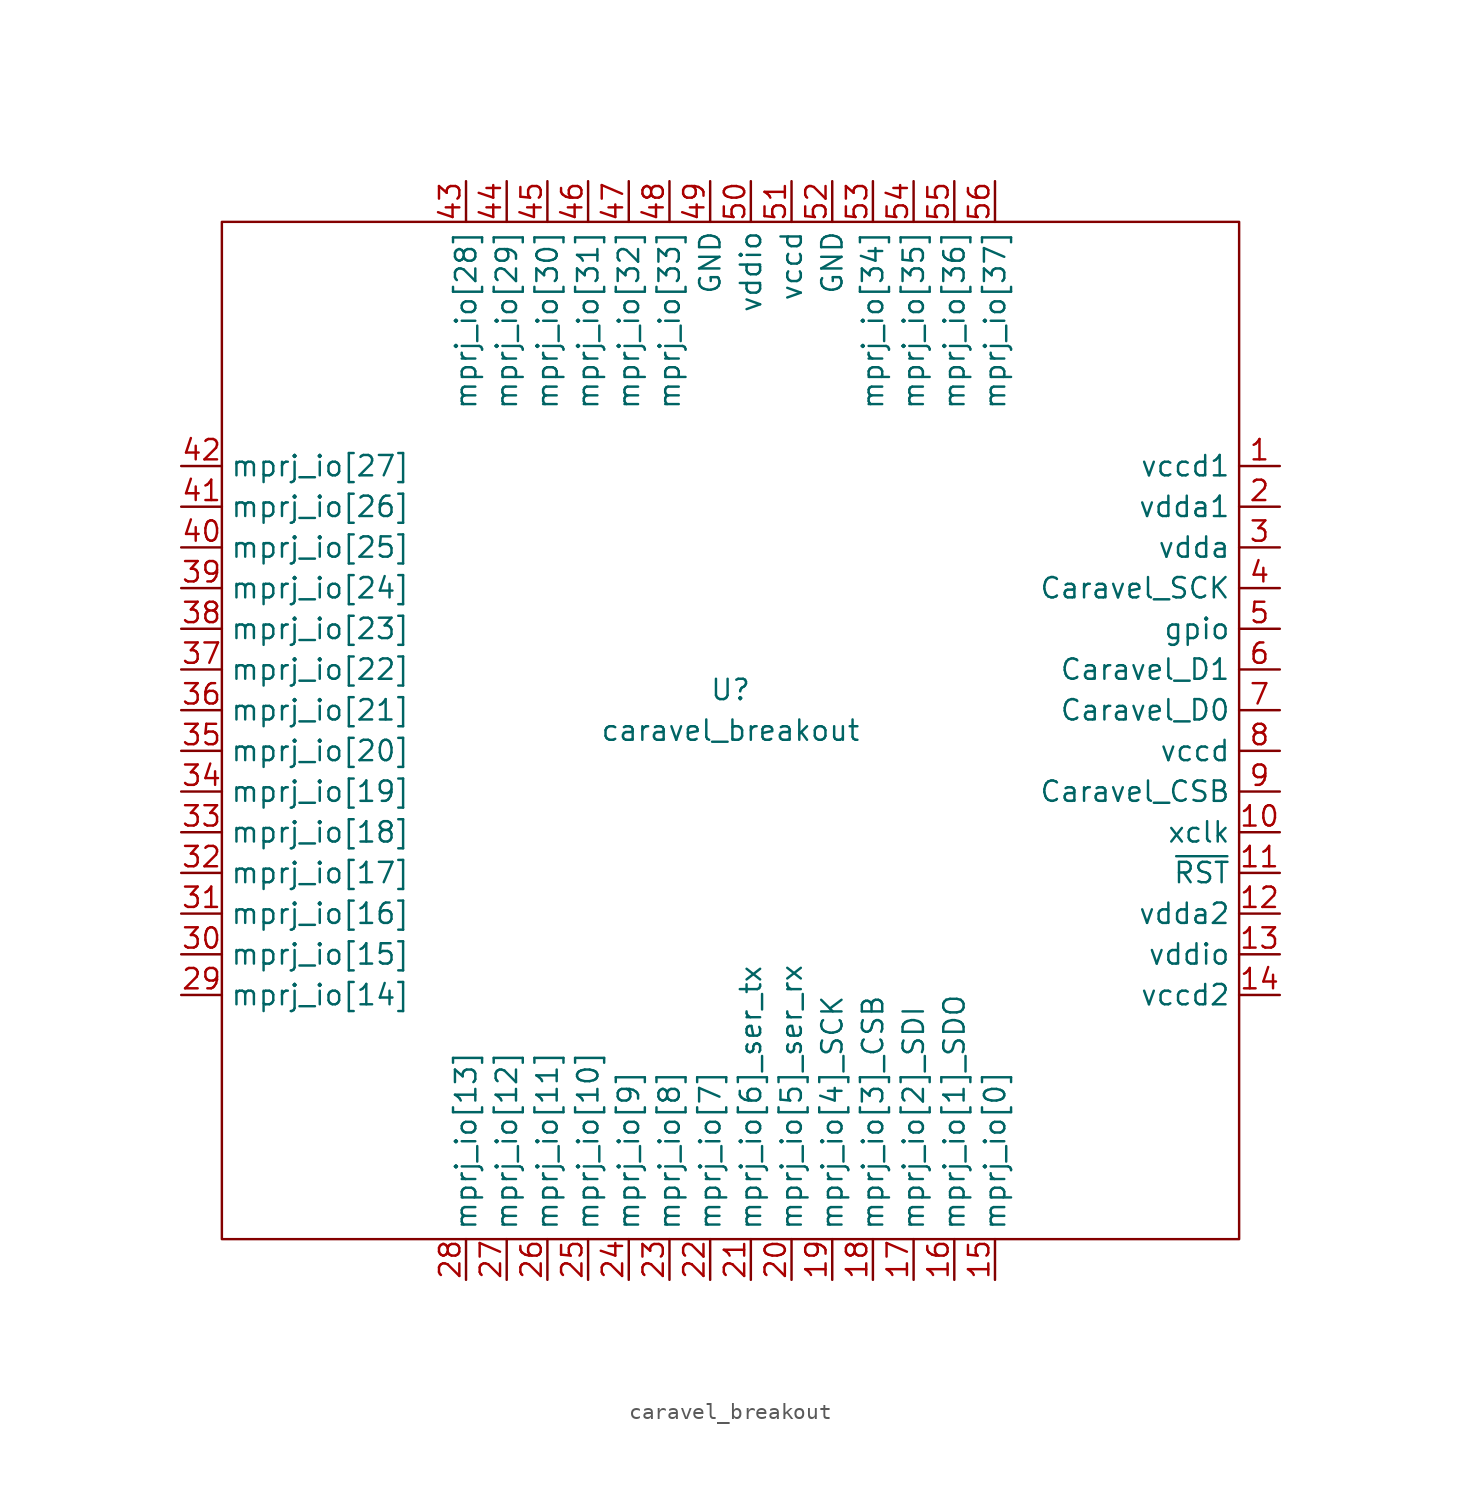
<source format=kicad_sym>
(kicad_symbol_lib
  (version 20211014)
  (generator kicad_symbol_editor)
  (symbol "caravel_breakout"
    (property "Reference" "U"
      (at 0 2.54 0)
      (effects (font (size 1.27 1.27))))
    (property "Value" "caravel_breakout"
      (at 0 0 0)
      (effects (font (size 1.27 1.27))))
    (symbol "caravel_breakout_0_1"
      (rectangle (start -31.75 31.75) (end 31.75 -31.75) (stroke (width 0) (type default) (color 0 0 0 0)) (fill (type none))))
    (symbol "caravel_breakout_1_1"
      (pin power_in line (at 34.29 16.51 180) (length 2.54) (name "vccd1" (effects (font (size 1.27 1.27)))) (number "1" (effects (font (size 1.27 1.27)))))
      (pin input line (at 34.29 -6.35 180) (length 2.54) (name "xclk" (effects (font (size 1.27 1.27)))) (number "10" (effects (font (size 1.27 1.27)))))
      (pin input line (at 34.29 -8.89 180) (length 2.54) (name "~{RST}" (effects (font (size 1.27 1.27)))) (number "11" (effects (font (size 1.27 1.27)))))
      (pin power_in line (at 34.29 -11.43 180) (length 2.54) (name "vdda2" (effects (font (size 1.27 1.27)))) (number "12" (effects (font (size 1.27 1.27)))))
      (pin power_in line (at 34.29 -13.97 180) (length 2.54) (name "vddio" (effects (font (size 1.27 1.27)))) (number "13" (effects (font (size 1.27 1.27)))))
      (pin power_in line (at 34.29 -16.51 180) (length 2.54) (name "vccd2" (effects (font (size 1.27 1.27)))) (number "14" (effects (font (size 1.27 1.27)))))
      (pin bidirectional line (at 16.51 -34.29 90) (length 2.54) (name "mprj_io[0]" (effects (font (size 1.27 1.27)))) (number "15" (effects (font (size 1.27 1.27)))))
      (pin bidirectional line (at 13.97 -34.29 90) (length 2.54) (name "mprj_io[1]_SDO" (effects (font (size 1.27 1.27)))) (number "16" (effects (font (size 1.27 1.27)))))
      (pin bidirectional line (at 11.43 -34.29 90) (length 2.54) (name "mprj_io[2]_SDI" (effects (font (size 1.27 1.27)))) (number "17" (effects (font (size 1.27 1.27)))))
      (pin bidirectional line (at 8.89 -34.29 90) (length 2.54) (name "mprj_io[3]_CSB" (effects (font (size 1.27 1.27)))) (number "18" (effects (font (size 1.27 1.27)))))
      (pin bidirectional line (at 6.35 -34.29 90) (length 2.54) (name "mprj_io[4]_SCK" (effects (font (size 1.27 1.27)))) (number "19" (effects (font (size 1.27 1.27)))))
      (pin power_in line (at 34.29 13.97 180) (length 2.54) (name "vdda1" (effects (font (size 1.27 1.27)))) (number "2" (effects (font (size 1.27 1.27)))))
      (pin bidirectional line (at 3.81 -34.29 90) (length 2.54) (name "mprj_io[5]_ser_rx" (effects (font (size 1.27 1.27)))) (number "20" (effects (font (size 1.27 1.27)))))
      (pin bidirectional line (at 1.27 -34.29 90) (length 2.54) (name "mprj_io[6]_ser_tx" (effects (font (size 1.27 1.27)))) (number "21" (effects (font (size 1.27 1.27)))))
      (pin bidirectional line (at -1.27 -34.29 90) (length 2.54) (name "mprj_io[7]" (effects (font (size 1.27 1.27)))) (number "22" (effects (font (size 1.27 1.27)))))
      (pin bidirectional line (at -3.81 -34.29 90) (length 2.54) (name "mprj_io[8]" (effects (font (size 1.27 1.27)))) (number "23" (effects (font (size 1.27 1.27)))))
      (pin bidirectional line (at -6.35 -34.29 90) (length 2.54) (name "mprj_io[9]" (effects (font (size 1.27 1.27)))) (number "24" (effects (font (size 1.27 1.27)))))
      (pin bidirectional line (at -8.89 -34.29 90) (length 2.54) (name "mprj_io[10]" (effects (font (size 1.27 1.27)))) (number "25" (effects (font (size 1.27 1.27)))))
      (pin bidirectional line (at -11.43 -34.29 90) (length 2.54) (name "mprj_io[11]" (effects (font (size 1.27 1.27)))) (number "26" (effects (font (size 1.27 1.27)))))
      (pin bidirectional line (at -13.97 -34.29 90) (length 2.54) (name "mprj_io[12]" (effects (font (size 1.27 1.27)))) (number "27" (effects (font (size 1.27 1.27)))))
      (pin bidirectional line (at -16.51 -34.29 90) (length 2.54) (name "mprj_io[13]" (effects (font (size 1.27 1.27)))) (number "28" (effects (font (size 1.27 1.27)))))
      (pin bidirectional line (at -34.29 -16.51 0) (length 2.54) (name "mprj_io[14]" (effects (font (size 1.27 1.27)))) (number "29" (effects (font (size 1.27 1.27)))))
      (pin power_in line (at 34.29 11.43 180) (length 2.54) (name "vdda" (effects (font (size 1.27 1.27)))) (number "3" (effects (font (size 1.27 1.27)))))
      (pin bidirectional line (at -34.29 -13.97 0) (length 2.54) (name "mprj_io[15]" (effects (font (size 1.27 1.27)))) (number "30" (effects (font (size 1.27 1.27)))))
      (pin bidirectional line (at -34.29 -11.43 0) (length 2.54) (name "mprj_io[16]" (effects (font (size 1.27 1.27)))) (number "31" (effects (font (size 1.27 1.27)))))
      (pin bidirectional line (at -34.29 -8.89 0) (length 2.54) (name "mprj_io[17]" (effects (font (size 1.27 1.27)))) (number "32" (effects (font (size 1.27 1.27)))))
      (pin bidirectional line (at -34.29 -6.35 0) (length 2.54) (name "mprj_io[18]" (effects (font (size 1.27 1.27)))) (number "33" (effects (font (size 1.27 1.27)))))
      (pin bidirectional line (at -34.29 -3.81 0) (length 2.54) (name "mprj_io[19]" (effects (font (size 1.27 1.27)))) (number "34" (effects (font (size 1.27 1.27)))))
      (pin bidirectional line (at -34.29 -1.27 0) (length 2.54) (name "mprj_io[20]" (effects (font (size 1.27 1.27)))) (number "35" (effects (font (size 1.27 1.27)))))
      (pin bidirectional line (at -34.29 1.27 0) (length 2.54) (name "mprj_io[21]" (effects (font (size 1.27 1.27)))) (number "36" (effects (font (size 1.27 1.27)))))
      (pin bidirectional line (at -34.29 3.81 0) (length 2.54) (name "mprj_io[22]" (effects (font (size 1.27 1.27)))) (number "37" (effects (font (size 1.27 1.27)))))
      (pin bidirectional line (at -34.29 6.35 0) (length 2.54) (name "mprj_io[23]" (effects (font (size 1.27 1.27)))) (number "38" (effects (font (size 1.27 1.27)))))
      (pin bidirectional line (at -34.29 8.89 0) (length 2.54) (name "mprj_io[24]" (effects (font (size 1.27 1.27)))) (number "39" (effects (font (size 1.27 1.27)))))
      (pin output line (at 34.29 8.89 180) (length 2.54) (name "Caravel_SCK" (effects (font (size 1.27 1.27)))) (number "4" (effects (font (size 1.27 1.27)))))
      (pin bidirectional line (at -34.29 11.43 0) (length 2.54) (name "mprj_io[25]" (effects (font (size 1.27 1.27)))) (number "40" (effects (font (size 1.27 1.27)))))
      (pin bidirectional line (at -34.29 13.97 0) (length 2.54) (name "mprj_io[26]" (effects (font (size 1.27 1.27)))) (number "41" (effects (font (size 1.27 1.27)))))
      (pin bidirectional line (at -34.29 16.51 0) (length 2.54) (name "mprj_io[27]" (effects (font (size 1.27 1.27)))) (number "42" (effects (font (size 1.27 1.27)))))
      (pin bidirectional line (at -16.51 34.29 270) (length 2.54) (name "mprj_io[28]" (effects (font (size 1.27 1.27)))) (number "43" (effects (font (size 1.27 1.27)))))
      (pin bidirectional line (at -13.97 34.29 270) (length 2.54) (name "mprj_io[29]" (effects (font (size 1.27 1.27)))) (number "44" (effects (font (size 1.27 1.27)))))
      (pin bidirectional line (at -11.43 34.29 270) (length 2.54) (name "mprj_io[30]" (effects (font (size 1.27 1.27)))) (number "45" (effects (font (size 1.27 1.27)))))
      (pin bidirectional line (at -8.89 34.29 270) (length 2.54) (name "mprj_io[31]" (effects (font (size 1.27 1.27)))) (number "46" (effects (font (size 1.27 1.27)))))
      (pin bidirectional line (at -6.35 34.29 270) (length 2.54) (name "mprj_io[32]" (effects (font (size 1.27 1.27)))) (number "47" (effects (font (size 1.27 1.27)))))
      (pin bidirectional line (at -3.81 34.29 270) (length 2.54) (name "mprj_io[33]" (effects (font (size 1.27 1.27)))) (number "48" (effects (font (size 1.27 1.27)))))
      (pin power_in line (at -1.27 34.29 270) (length 2.54) (name "GND" (effects (font (size 1.27 1.27)))) (number "49" (effects (font (size 1.27 1.27)))))
      (pin bidirectional line (at 34.29 6.35 180) (length 2.54) (name "gpio" (effects (font (size 1.27 1.27)))) (number "5" (effects (font (size 1.27 1.27)))))
      (pin power_in line (at 1.27 34.29 270) (length 2.54) (name "vddio" (effects (font (size 1.27 1.27)))) (number "50" (effects (font (size 1.27 1.27)))))
      (pin power_in line (at 3.81 34.29 270) (length 2.54) (name "vccd" (effects (font (size 1.27 1.27)))) (number "51" (effects (font (size 1.27 1.27)))))
      (pin power_in line (at 6.35 34.29 270) (length 2.54) (name "GND" (effects (font (size 1.27 1.27)))) (number "52" (effects (font (size 1.27 1.27)))))
      (pin bidirectional line (at 8.89 34.29 270) (length 2.54) (name "mprj_io[34]" (effects (font (size 1.27 1.27)))) (number "53" (effects (font (size 1.27 1.27)))))
      (pin bidirectional line (at 11.43 34.29 270) (length 2.54) (name "mprj_io[35]" (effects (font (size 1.27 1.27)))) (number "54" (effects (font (size 1.27 1.27)))))
      (pin bidirectional line (at 13.97 34.29 270) (length 2.54) (name "mprj_io[36]" (effects (font (size 1.27 1.27)))) (number "55" (effects (font (size 1.27 1.27)))))
      (pin bidirectional line (at 16.51 34.29 270) (length 2.54) (name "mprj_io[37]" (effects (font (size 1.27 1.27)))) (number "56" (effects (font (size 1.27 1.27)))))
      (pin bidirectional line (at 34.29 3.81 180) (length 2.54) (name "Caravel_D1" (effects (font (size 1.27 1.27)))) (number "6" (effects (font (size 1.27 1.27)))))
      (pin bidirectional line (at 34.29 1.27 180) (length 2.54) (name "Caravel_D0" (effects (font (size 1.27 1.27)))) (number "7" (effects (font (size 1.27 1.27)))))
      (pin power_in line (at 34.29 -1.27 180) (length 2.54) (name "vccd" (effects (font (size 1.27 1.27)))) (number "8" (effects (font (size 1.27 1.27)))))
      (pin output line (at 34.29 -3.81 180) (length 2.54) (name "Caravel_CSB" (effects (font (size 1.27 1.27)))) (number "9" (effects (font (size 1.27 1.27))))))))
</source>
